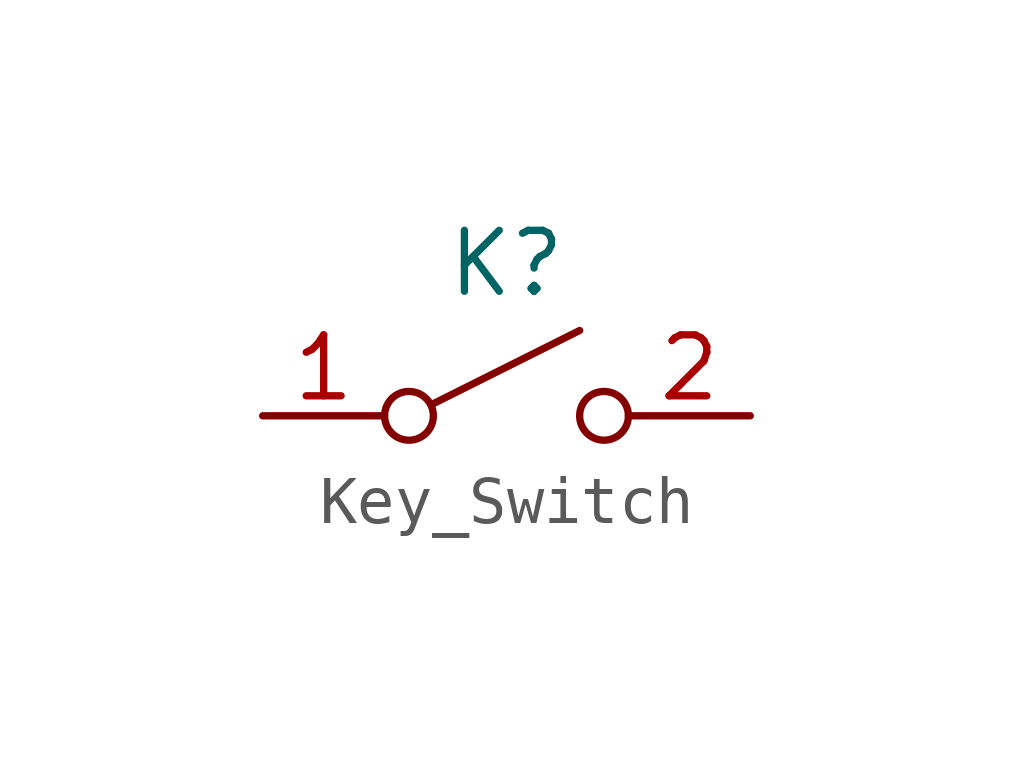
<source format=kicad_sym>
(kicad_symbol_lib
  (version 20211014)
  (generator kicad_symbol_editor)
  (symbol "Key_Switch"
    (pin_names
      (offset 0) hide)
    (property "Reference" "K"
      (at 0 3.175 0)
      (effects (font (size 1.27 1.27))))
    (symbol "Key_Switch_0_0"
      (circle (center -2.032 0) (radius 0.508) (stroke (width 0) (type default) (color 0 0 0 0)) (fill (type none)))
      (polyline (pts (xy -1.524 0.254) (xy 1.524 1.778)) (stroke (width 0) (type default) (color 0 0 0 0)) (fill (type none)))
      (circle (center 2.032 0) (radius 0.508) (stroke (width 0) (type default) (color 0 0 0 0)) (fill (type none))))
    (symbol "Key_Switch_1_1"
      (pin passive line (at -5.08 0 0) (length 2.54) (name "A" (effects (font (size 1.27 1.27)))) (number "1" (effects (font (size 1.27 1.27)))))
      (pin passive line (at 5.08 0 180) (length 2.54) (name "B" (effects (font (size 1.27 1.27)))) (number "2" (effects (font (size 1.27 1.27))))))))
</source>
